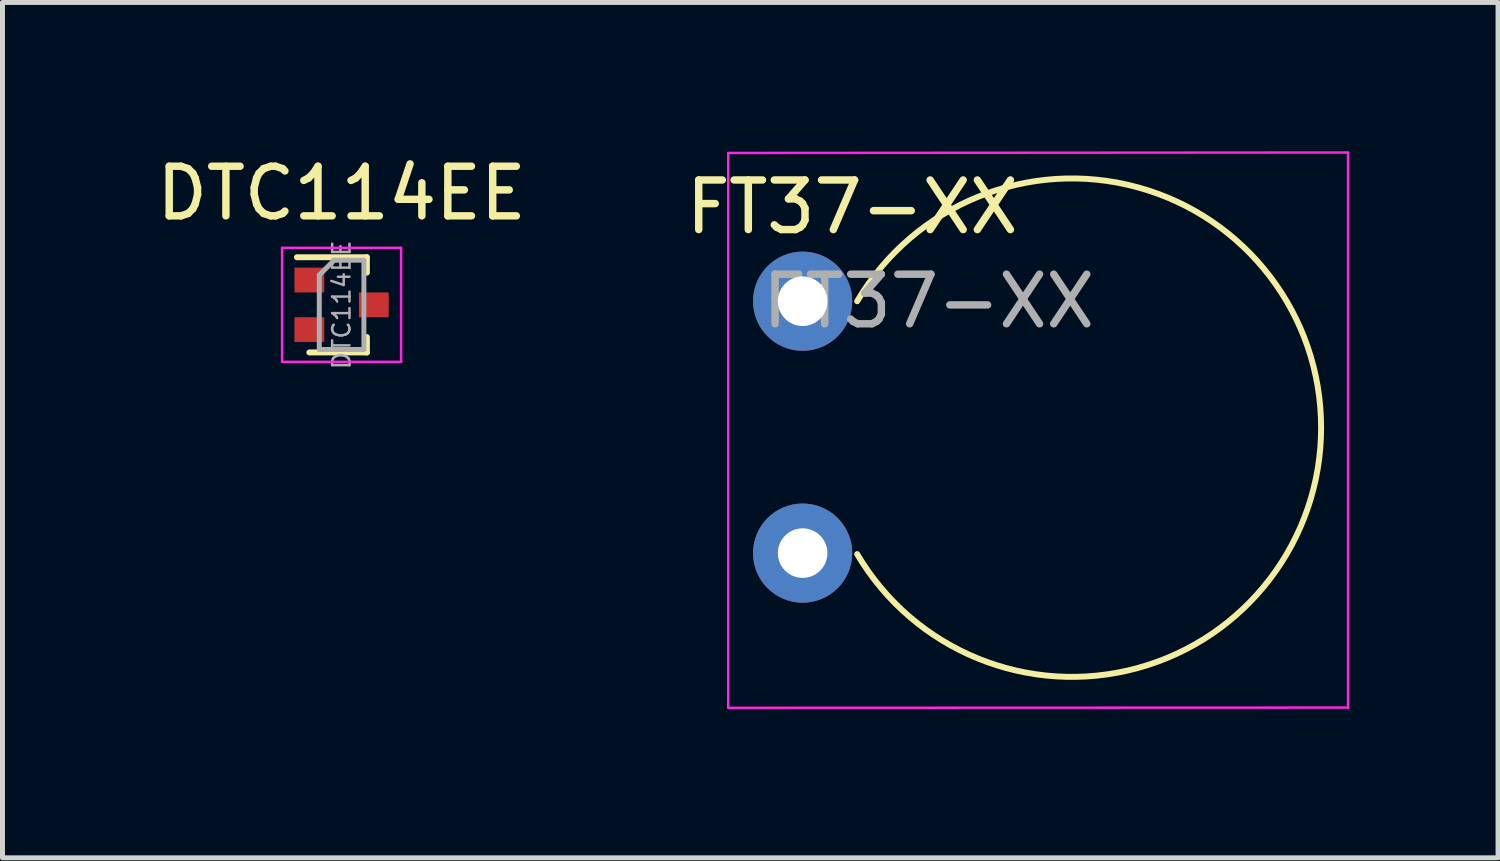
<source format=kicad_pcb>
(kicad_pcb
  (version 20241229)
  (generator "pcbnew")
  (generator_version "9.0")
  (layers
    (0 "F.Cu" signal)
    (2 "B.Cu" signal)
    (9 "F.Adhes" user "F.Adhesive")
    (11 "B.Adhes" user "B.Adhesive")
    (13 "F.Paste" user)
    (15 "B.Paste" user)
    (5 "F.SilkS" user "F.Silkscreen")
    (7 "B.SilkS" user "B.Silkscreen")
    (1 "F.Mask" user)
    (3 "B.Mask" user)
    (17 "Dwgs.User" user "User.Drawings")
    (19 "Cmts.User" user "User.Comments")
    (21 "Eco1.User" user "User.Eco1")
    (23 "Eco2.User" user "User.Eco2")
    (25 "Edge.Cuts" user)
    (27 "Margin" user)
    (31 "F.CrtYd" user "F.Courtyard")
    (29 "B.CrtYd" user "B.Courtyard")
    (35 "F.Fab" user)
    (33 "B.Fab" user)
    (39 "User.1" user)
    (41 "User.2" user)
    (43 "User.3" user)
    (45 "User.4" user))
  (footprint "DTC114EE"
    (layer "F.Cu")
    (at 3.839 3.098)
    (property "Reference" "DTC114EE" (at 0 -2.25 0) (layer "F.SilkS") (effects (font (size 1 1) (thickness 0.15))))
    (attr smd)
    (fp_line (start 0.51 -0.96) (end -0.9 -0.96) (stroke (width 0.12) (type solid)) (layer "F.SilkS"))
    (fp_line (start 0.51 -0.96) (end 0.51 -0.65) (stroke (width 0.12) (type solid)) (layer "F.SilkS"))
    (fp_line (start 0.51 0.96) (end -0.65 0.96) (stroke (width 0.12) (type solid)) (layer "F.SilkS"))
    (fp_line (start 0.51 0.96) (end 0.51 0.65) (stroke (width 0.12) (type solid)) (layer "F.SilkS"))
    (fp_line (start -1.2 -1.15) (end 1.2 -1.15) (stroke (width 0.05) (type solid)) (layer "F.CrtYd"))
    (fp_line (start -1.2 1.15) (end -1.2 -1.15) (stroke (width 0.05) (type solid)) (layer "F.CrtYd"))
    (fp_line (start 1.2 -1.15) (end 1.2 1.15) (stroke (width 0.05) (type solid)) (layer "F.CrtYd"))
    (fp_line (start 1.2 1.15) (end -1.2 1.15) (stroke (width 0.05) (type solid)) (layer "F.CrtYd"))
    (fp_line (start -0.45 -0.6) (end -0.45 0.9) (stroke (width 0.1) (type solid)) (layer "F.Fab"))
    (fp_line (start -0.45 0.9) (end 0.45 0.9) (stroke (width 0.1) (type solid)) (layer "F.Fab"))
    (fp_line (start -0.15 -0.9) (end -0.45 -0.6) (stroke (width 0.1) (type solid)) (layer "F.Fab"))
    (fp_line (start -0.15 -0.9) (end 0.45 -0.9) (stroke (width 0.1) (type solid)) (layer "F.Fab"))
    (fp_line (start 0.45 -0.9) (end 0.45 0.9) (stroke (width 0.1) (type solid)) (layer "F.Fab"))
    (fp_text user "${REFERENCE}" (at 0 0 90) (layer "F.Fab") (effects (font (size 0.35 0.35) (thickness 0.05))))
    (pad "1" smd rect (at -0.65 0.5) (size 0.6 0.5) (layers "F.Cu" "F.Mask" "F.Paste"))
    (pad "2" smd rect (at -0.65 -0.5) (size 0.6 0.5) (layers "F.Cu" "F.Mask" "F.Paste"))
    (pad "3" smd rect (at 0.65 0) (size 0.6 0.5) (layers "F.Cu" "F.Mask" "F.Paste")))
  (footprint "FT37-XX"
    (layer "F.Cu")
    (at 13.137 3.025)
    (property "Reference" "FT37-XX" (at 1 -1.9 0) (layer "F.SilkS") (effects (font (size 1 1) (thickness 0.15))))
    (attr through_hole)
    (fp_arc (start 1.1 0) (mid 10.456624 2.55) (end 1.1 5.1) (stroke (width 0.12) (type solid)) (layer "F.SilkS"))
    (fp_line (start -1.5 8.2) (end -1.5 -2.99) (stroke (width 0.05) (type solid)) (layer "F.CrtYd"))
    (fp_line (start 11 -3) (end -1.5 -2.99) (stroke (width 0.05) (type solid)) (layer "F.CrtYd"))
    (fp_line (start 11 8.195) (end -1.5 8.2) (stroke (width 0.05) (type solid)) (layer "F.CrtYd"))
    (fp_line (start 11 8.195) (end 11 -2.995) (stroke (width 0.05) (type solid)) (layer "F.CrtYd"))
    (fp_text user "${REFERENCE}" (at 2.54 0 0) (layer "F.Fab") (effects (font (size 1 1) (thickness 0.15))))
    (pad "1" thru_hole circle (at 0 0) (size 2 2) (drill 1) (layers "*.Cu" "*.Mask"))
    (pad "2" thru_hole circle (at 0 5.08) (size 2 2) (drill 1) (layers "*.Cu" "*.Mask")))
  (gr_rect
    (start -3 -3)
    (end 27.162 14.25)
    (stroke (width 0.1) (type default))
    (fill no)
    (layer "Edge.Cuts")))
</source>
